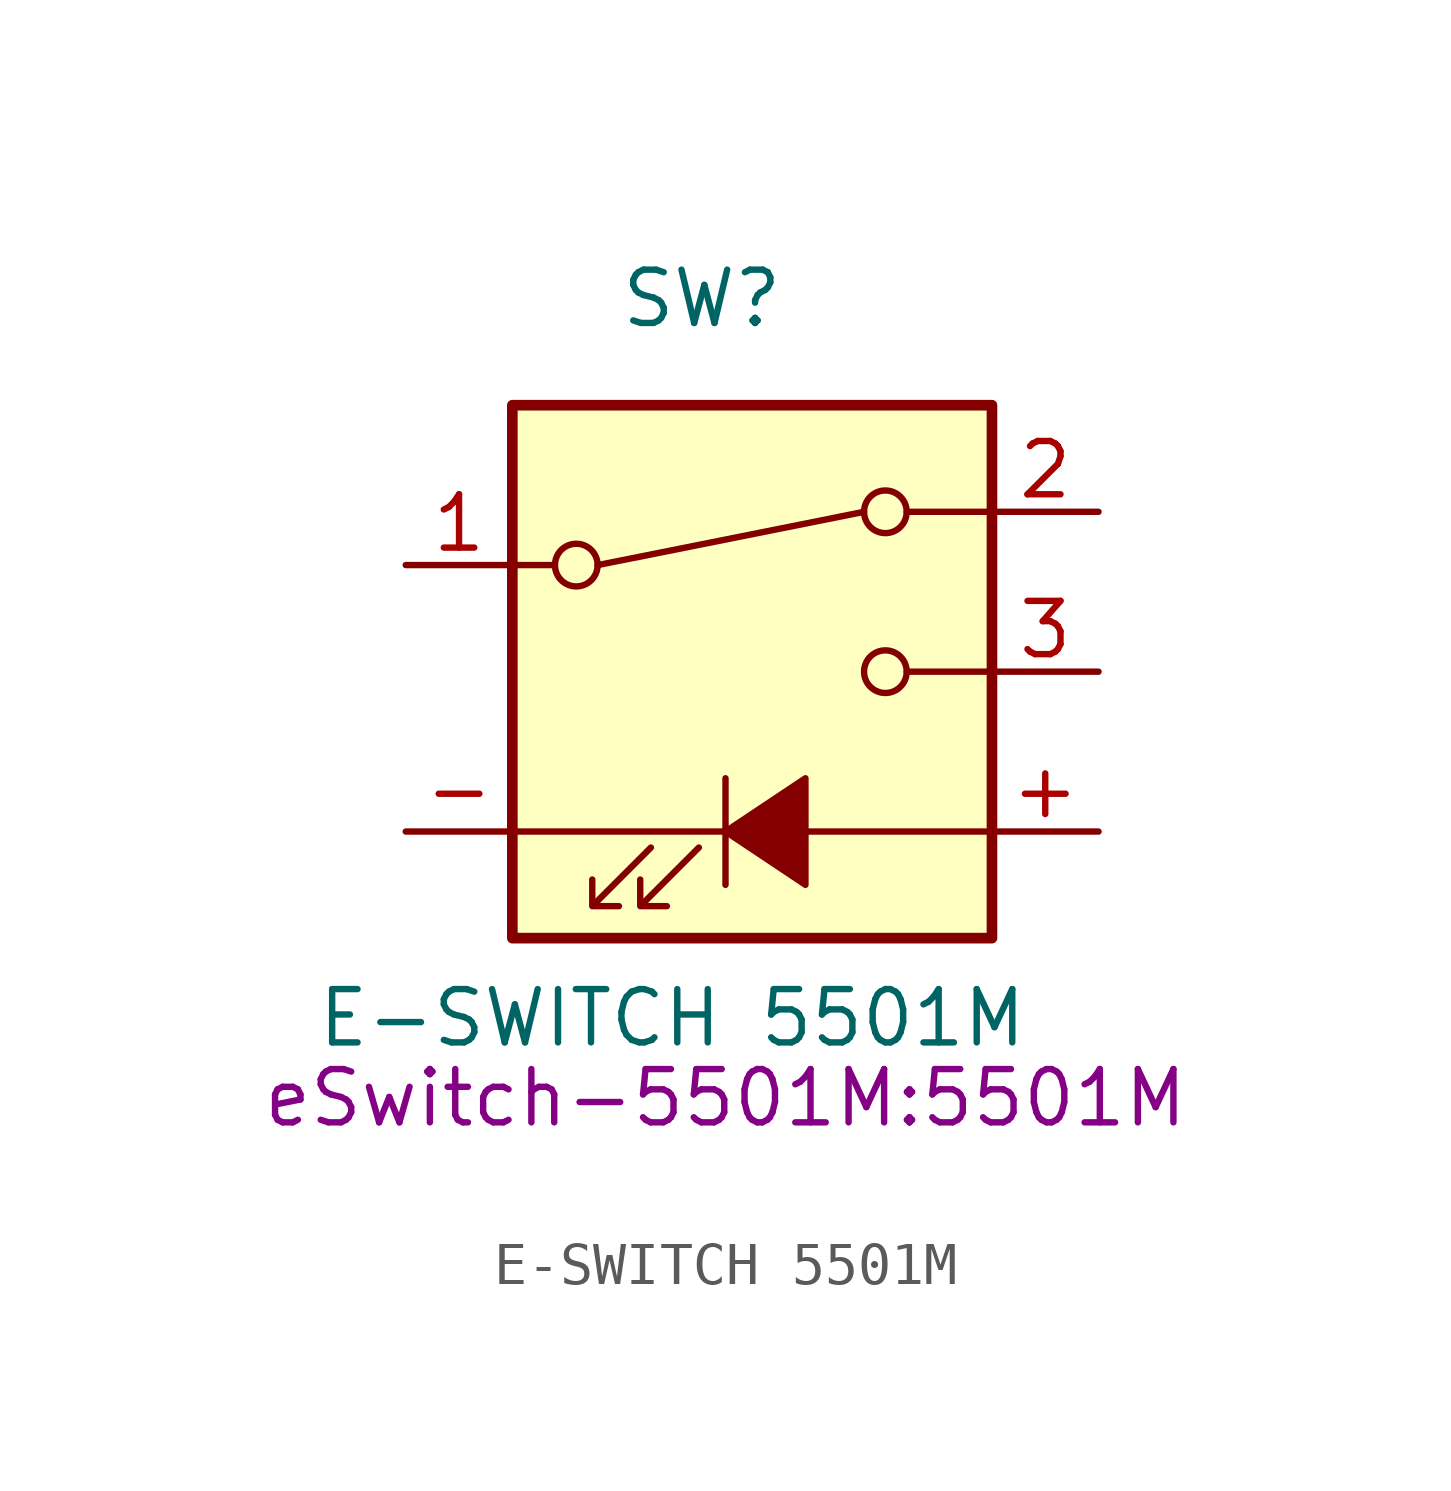
<source format=kicad_sym>
(kicad_symbol_lib
  (version 20220914)
  (generator kicad_symbol_editor)
  (symbol "E-SWITCH 5501M"
    (pin_names
      (offset 1.016) hide)
    (property "Reference" "SW"
      (at -1.27 13.97 0)
      (effects (font (size 1.27 1.27)) (justify left)))
    (property "Value" "E-SWITCH 5501M"
      (at 0 -3.175 0)
      (effects (font (size 1.27 1.27))))
    (property "Footprint" "eSwitch-5501M:5501M"
      (at 1.27 -5.08 0)
      (effects (font (size 1.27 1.27))))
    (symbol "E-SWITCH 5501M_0_0"
      (circle (center -2.286 7.62) (radius 0.508) (stroke (width 0) (type default)) (fill (type none)))
      (polyline (pts (xy -3.81 1.27) (xy 7.62 1.27)) (stroke (width 0) (type default)) (fill (type none)))
      (polyline (pts (xy -1.778 -0.381) (xy -0.508 0.889)) (stroke (width 0) (type default)) (fill (type none)))
      (polyline (pts (xy -0.635 -0.381) (xy 0.635 0.889)) (stroke (width 0) (type default)) (fill (type none)))
      (polyline (pts (xy 1.27 2.54) (xy 1.27 0)) (stroke (width 0) (type default)) (fill (type none)))
      (polyline (pts (xy -1.905 0.127) (xy -1.905 -0.508) (xy -1.27 -0.508)) (stroke (width 0) (type default)) (fill (type none)))
      (polyline (pts (xy -0.762 0.127) (xy -0.762 -0.508) (xy -0.127 -0.508)) (stroke (width 0) (type default)) (fill (type none)))
      (polyline (pts (xy 1.27 1.27) (xy 3.175 2.54) (xy 3.175 0) (xy 1.27 1.27)) (stroke (width 0) (type default)) (fill (type outline)))
      (circle (center 5.08 5.08) (radius 0.508) (stroke (width 0) (type default)) (fill (type none))))
    (symbol "E-SWITCH 5501M_0_1"
      (rectangle (start -3.81 11.43) (end 7.62 -1.27) (stroke (width 0.254) (type default)) (fill (type background)))
      (polyline (pts (xy -3.81 7.62) (xy -2.794 7.62)) (stroke (width 0) (type default)) (fill (type none)))
      (polyline (pts (xy -1.778 7.62) (xy 4.572 8.89)) (stroke (width 0) (type default)) (fill (type none)))
      (polyline (pts (xy 7.62 5.08) (xy 5.588 5.08)) (stroke (width 0) (type default)) (fill (type none)))
      (polyline (pts (xy 7.62 8.89) (xy 5.715 8.89) (xy 5.588 8.89)) (stroke (width 0) (type default)) (fill (type none)))
      (circle (center 5.08 8.89) (radius 0.508) (stroke (width 0) (type default)) (fill (type none))))
    (symbol "E-SWITCH 5501M_1_1"
      (pin input line (at 10.16 1.27 180) (length 2.54) (name "+" (effects (font (size 1.27 1.27)))) (number "+" (effects (font (size 1.27 1.27)))))
      (pin input line (at -6.35 1.27 0) (length 2.54) (name "-" (effects (font (size 1.27 1.27)))) (number "-" (effects (font (size 1.27 1.27)))))
      (pin input line (at -6.35 7.62 0) (length 2.54) (name "1" (effects (font (size 1.27 1.27)))) (number "1" (effects (font (size 1.27 1.27)))))
      (pin output line (at 10.16 8.89 180) (length 2.54) (name "C" (effects (font (size 1.27 1.27)))) (number "2" (effects (font (size 1.27 1.27)))))
      (pin bidirectional line (at 10.16 5.08 180) (length 2.54) (name "C" (effects (font (size 1.27 1.27)))) (number "3" (effects (font (size 1.27 1.27))))))))
</source>
